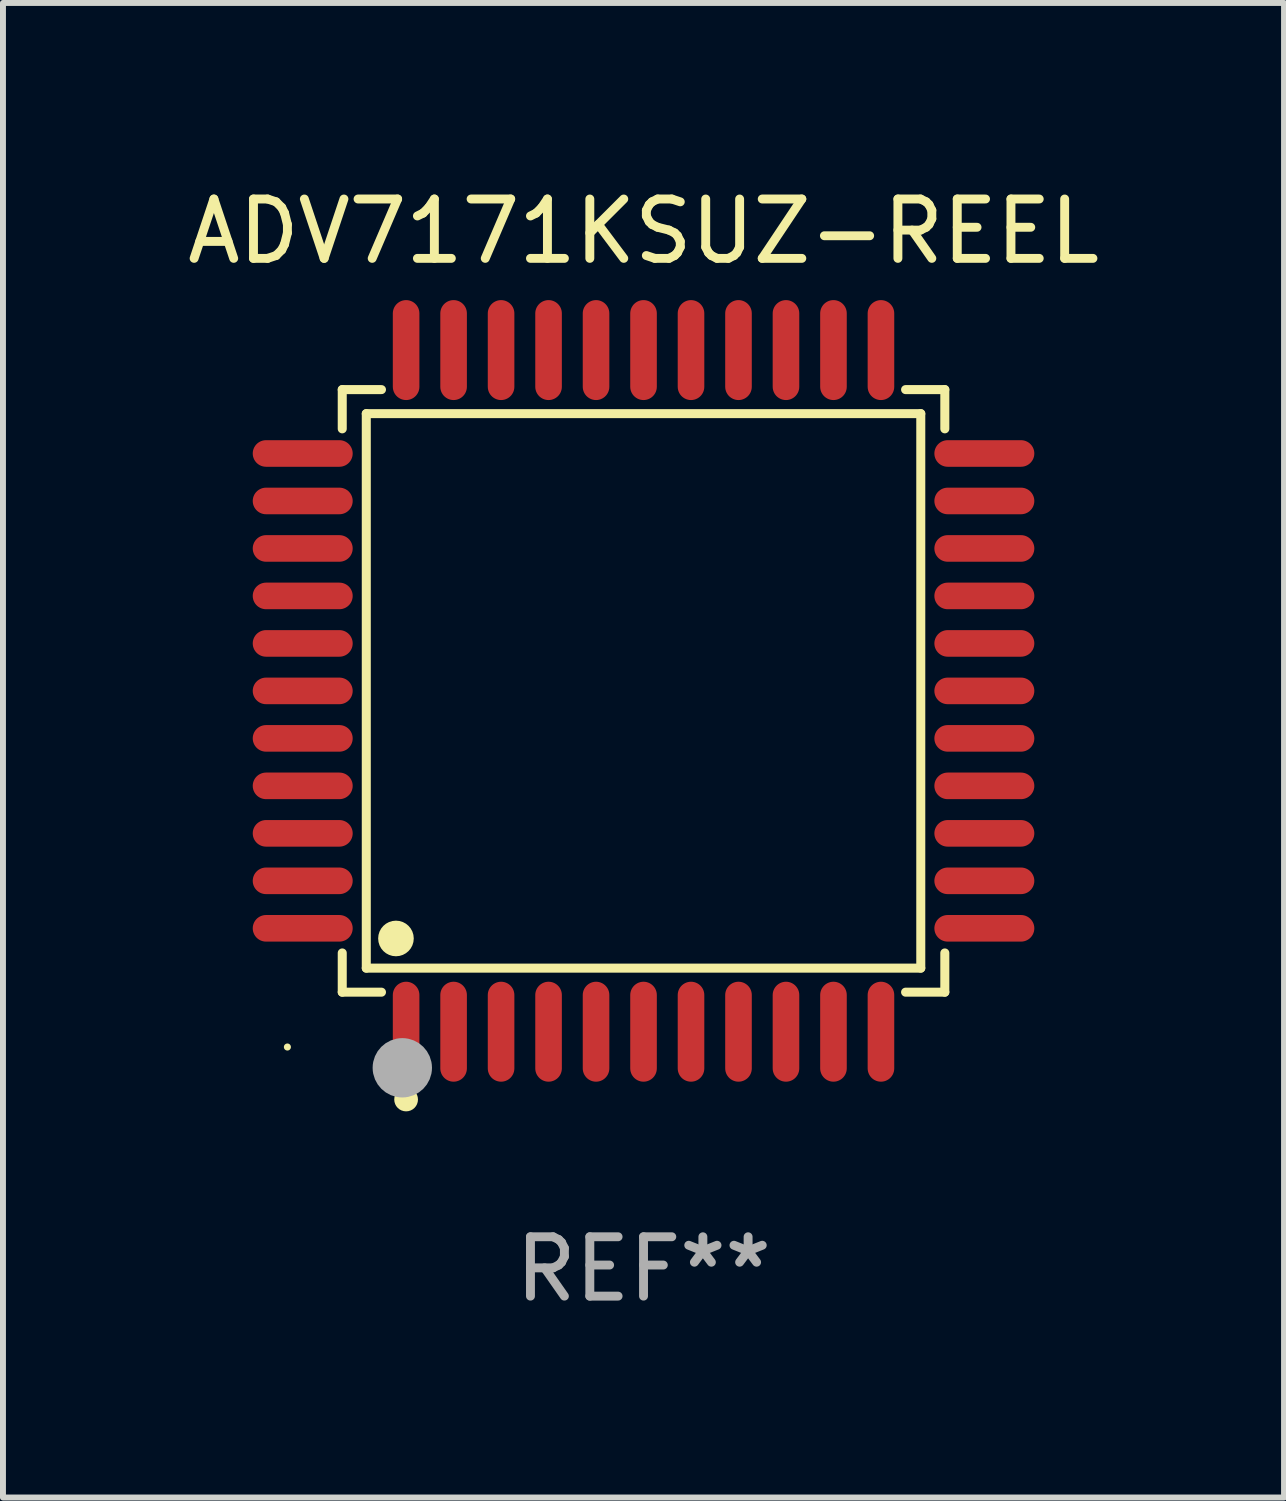
<source format=kicad_pcb>
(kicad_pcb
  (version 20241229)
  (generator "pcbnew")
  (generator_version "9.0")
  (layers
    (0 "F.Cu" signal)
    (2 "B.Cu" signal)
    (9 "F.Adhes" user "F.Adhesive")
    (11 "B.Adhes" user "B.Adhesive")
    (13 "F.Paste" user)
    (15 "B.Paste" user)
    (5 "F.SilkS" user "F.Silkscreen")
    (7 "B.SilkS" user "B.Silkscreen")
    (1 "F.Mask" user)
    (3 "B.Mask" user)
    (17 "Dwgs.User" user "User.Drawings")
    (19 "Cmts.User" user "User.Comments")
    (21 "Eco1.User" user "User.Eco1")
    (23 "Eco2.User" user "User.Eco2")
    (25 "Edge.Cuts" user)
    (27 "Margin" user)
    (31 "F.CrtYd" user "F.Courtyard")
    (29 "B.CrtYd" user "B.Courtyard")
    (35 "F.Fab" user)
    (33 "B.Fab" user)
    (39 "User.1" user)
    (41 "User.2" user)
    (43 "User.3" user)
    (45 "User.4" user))
  (footprint "ADV7171KSUZ-REEL"
    (layer "F.Cu")
    (at 7.792 8.59)
    (property "Reference" "ADV7171KSUZ-REEL" (at 0 -7.742 0) (layer "F.SilkS") (effects (font (size 1 1) (thickness 0.15))))
    (attr through_hole)
    (fp_line (start -5.076 -5.076) (end -4.415 -5.076) (stroke (width 0.152) (type solid)) (layer "F.SilkS"))
    (fp_line (start -5.076 -4.415) (end -5.076 -5.076) (stroke (width 0.152) (type solid)) (layer "F.SilkS"))
    (fp_line (start -5.076 4.415) (end -5.076 5.076) (stroke (width 0.152) (type solid)) (layer "F.SilkS"))
    (fp_line (start -5.076 5.076) (end -4.415 5.076) (stroke (width 0.152) (type solid)) (layer "F.SilkS"))
    (fp_line (start -4.671 -4.671) (end 4.671 -4.671) (stroke (width 0.152) (type solid)) (layer "F.SilkS"))
    (fp_line (start -4.671 4.671) (end -4.671 -4.671) (stroke (width 0.152) (type solid)) (layer "F.SilkS"))
    (fp_line (start 4.671 -4.671) (end 4.671 4.671) (stroke (width 0.152) (type solid)) (layer "F.SilkS"))
    (fp_line (start 4.671 4.671) (end -4.671 4.671) (stroke (width 0.152) (type solid)) (layer "F.SilkS"))
    (fp_line (start 5.076 -5.076) (end 4.415 -5.076) (stroke (width 0.152) (type solid)) (layer "F.SilkS"))
    (fp_line (start 5.076 -4.415) (end 5.076 -5.076) (stroke (width 0.152) (type solid)) (layer "F.SilkS"))
    (fp_line (start 5.076 4.415) (end 5.076 5.076) (stroke (width 0.152) (type solid)) (layer "F.SilkS"))
    (fp_line (start 5.076 5.076) (end 4.415 5.076) (stroke (width 0.152) (type solid)) (layer "F.SilkS"))
    (fp_circle (center -6 6) (end -5.97 6) (stroke (width 0.06) (type solid)) (fill no) (layer "F.SilkS"))
    (fp_circle (center -4.171 4.171) (end -4.021 4.171) (stroke (width 0.3) (type solid)) (fill no) (layer "F.SilkS"))
    (fp_circle (center -4 6.884) (end -3.9 6.884) (stroke (width 0.2) (type solid)) (fill no) (layer "F.SilkS"))
    (fp_circle (center -4.064 6.35) (end -3.814 6.35) (stroke (width 0.5) (type solid)) (fill no) (layer "F.Fab"))
    (fp_text user "REF**" (at 0 9.742 0) (layer "F.Fab") (effects (font (size 1 1) (thickness 0.15))))
    (pad "1" smd oval (at -4 5.742) (size 0.448 1.684) (layers "F.Cu" "F.Mask" "F.Paste"))
    (pad "2" smd oval (at -3.2 5.742) (size 0.448 1.684) (layers "F.Cu" "F.Mask" "F.Paste"))
    (pad "3" smd oval (at -2.4 5.742) (size 0.448 1.684) (layers "F.Cu" "F.Mask" "F.Paste"))
    (pad "4" smd oval (at -1.6 5.742) (size 0.448 1.684) (layers "F.Cu" "F.Mask" "F.Paste"))
    (pad "5" smd oval (at -0.8 5.742) (size 0.448 1.684) (layers "F.Cu" "F.Mask" "F.Paste"))
    (pad "6" smd oval (at 0 5.742) (size 0.448 1.684) (layers "F.Cu" "F.Mask" "F.Paste"))
    (pad "7" smd oval (at 0.8 5.742) (size 0.448 1.684) (layers "F.Cu" "F.Mask" "F.Paste"))
    (pad "8" smd oval (at 1.6 5.742) (size 0.448 1.684) (layers "F.Cu" "F.Mask" "F.Paste"))
    (pad "9" smd oval (at 2.4 5.742) (size 0.448 1.684) (layers "F.Cu" "F.Mask" "F.Paste"))
    (pad "10" smd oval (at 3.2 5.742) (size 0.448 1.684) (layers "F.Cu" "F.Mask" "F.Paste"))
    (pad "11" smd oval (at 4 5.742) (size 0.448 1.684) (layers "F.Cu" "F.Mask" "F.Paste"))
    (pad "12" smd oval (at 5.742 4) (size 1.684 0.448) (layers "F.Cu" "F.Mask" "F.Paste"))
    (pad "13" smd oval (at 5.742 3.2) (size 1.684 0.448) (layers "F.Cu" "F.Mask" "F.Paste"))
    (pad "14" smd oval (at 5.742 2.4) (size 1.684 0.448) (layers "F.Cu" "F.Mask" "F.Paste"))
    (pad "15" smd oval (at 5.742 1.6) (size 1.684 0.448) (layers "F.Cu" "F.Mask" "F.Paste"))
    (pad "16" smd oval (at 5.742 0.8) (size 1.684 0.448) (layers "F.Cu" "F.Mask" "F.Paste"))
    (pad "17" smd oval (at 5.742 0) (size 1.684 0.448) (layers "F.Cu" "F.Mask" "F.Paste"))
    (pad "18" smd oval (at 5.742 -0.8) (size 1.684 0.448) (layers "F.Cu" "F.Mask" "F.Paste"))
    (pad "19" smd oval (at 5.742 -1.6) (size 1.684 0.448) (layers "F.Cu" "F.Mask" "F.Paste"))
    (pad "20" smd oval (at 5.742 -2.4) (size 1.684 0.448) (layers "F.Cu" "F.Mask" "F.Paste"))
    (pad "21" smd oval (at 5.742 -3.2) (size 1.684 0.448) (layers "F.Cu" "F.Mask" "F.Paste"))
    (pad "22" smd oval (at 5.742 -4) (size 1.684 0.448) (layers "F.Cu" "F.Mask" "F.Paste"))
    (pad "23" smd oval (at 4 -5.742) (size 0.448 1.684) (layers "F.Cu" "F.Mask" "F.Paste"))
    (pad "24" smd oval (at 3.2 -5.742) (size 0.448 1.684) (layers "F.Cu" "F.Mask" "F.Paste"))
    (pad "25" smd oval (at 2.4 -5.742) (size 0.448 1.684) (layers "F.Cu" "F.Mask" "F.Paste"))
    (pad "26" smd oval (at 1.6 -5.742) (size 0.448 1.684) (layers "F.Cu" "F.Mask" "F.Paste"))
    (pad "27" smd oval (at 0.8 -5.742) (size 0.448 1.684) (layers "F.Cu" "F.Mask" "F.Paste"))
    (pad "28" smd oval (at 0 -5.742) (size 0.448 1.684) (layers "F.Cu" "F.Mask" "F.Paste"))
    (pad "29" smd oval (at -0.8 -5.742) (size 0.448 1.684) (layers "F.Cu" "F.Mask" "F.Paste"))
    (pad "30" smd oval (at -1.6 -5.742) (size 0.448 1.684) (layers "F.Cu" "F.Mask" "F.Paste"))
    (pad "31" smd oval (at -2.4 -5.742) (size 0.448 1.684) (layers "F.Cu" "F.Mask" "F.Paste"))
    (pad "32" smd oval (at -3.2 -5.742) (size 0.448 1.684) (layers "F.Cu" "F.Mask" "F.Paste"))
    (pad "33" smd oval (at -4 -5.742) (size 0.448 1.684) (layers "F.Cu" "F.Mask" "F.Paste"))
    (pad "34" smd oval (at -5.742 -4) (size 1.684 0.448) (layers "F.Cu" "F.Mask" "F.Paste"))
    (pad "35" smd oval (at -5.742 -3.2) (size 1.684 0.448) (layers "F.Cu" "F.Mask" "F.Paste"))
    (pad "36" smd oval (at -5.742 -2.4) (size 1.684 0.448) (layers "F.Cu" "F.Mask" "F.Paste"))
    (pad "37" smd oval (at -5.742 -1.6) (size 1.684 0.448) (layers "F.Cu" "F.Mask" "F.Paste"))
    (pad "38" smd oval (at -5.742 -0.8) (size 1.684 0.448) (layers "F.Cu" "F.Mask" "F.Paste"))
    (pad "39" smd oval (at -5.742 0) (size 1.684 0.448) (layers "F.Cu" "F.Mask" "F.Paste"))
    (pad "40" smd oval (at -5.742 0.8) (size 1.684 0.448) (layers "F.Cu" "F.Mask" "F.Paste"))
    (pad "41" smd oval (at -5.742 1.6) (size 1.684 0.448) (layers "F.Cu" "F.Mask" "F.Paste"))
    (pad "42" smd oval (at -5.742 2.4) (size 1.684 0.448) (layers "F.Cu" "F.Mask" "F.Paste"))
    (pad "43" smd oval (at -5.742 3.2) (size 1.684 0.448) (layers "F.Cu" "F.Mask" "F.Paste"))
    (pad "44" smd oval (at -5.742 4) (size 1.684 0.448) (layers "F.Cu" "F.Mask" "F.Paste")))
  (gr_rect
    (start -3 -3)
    (end 18.583 22.18)
    (stroke (width 0.1) (type default))
    (fill no)
    (layer "Edge.Cuts")))
</source>
